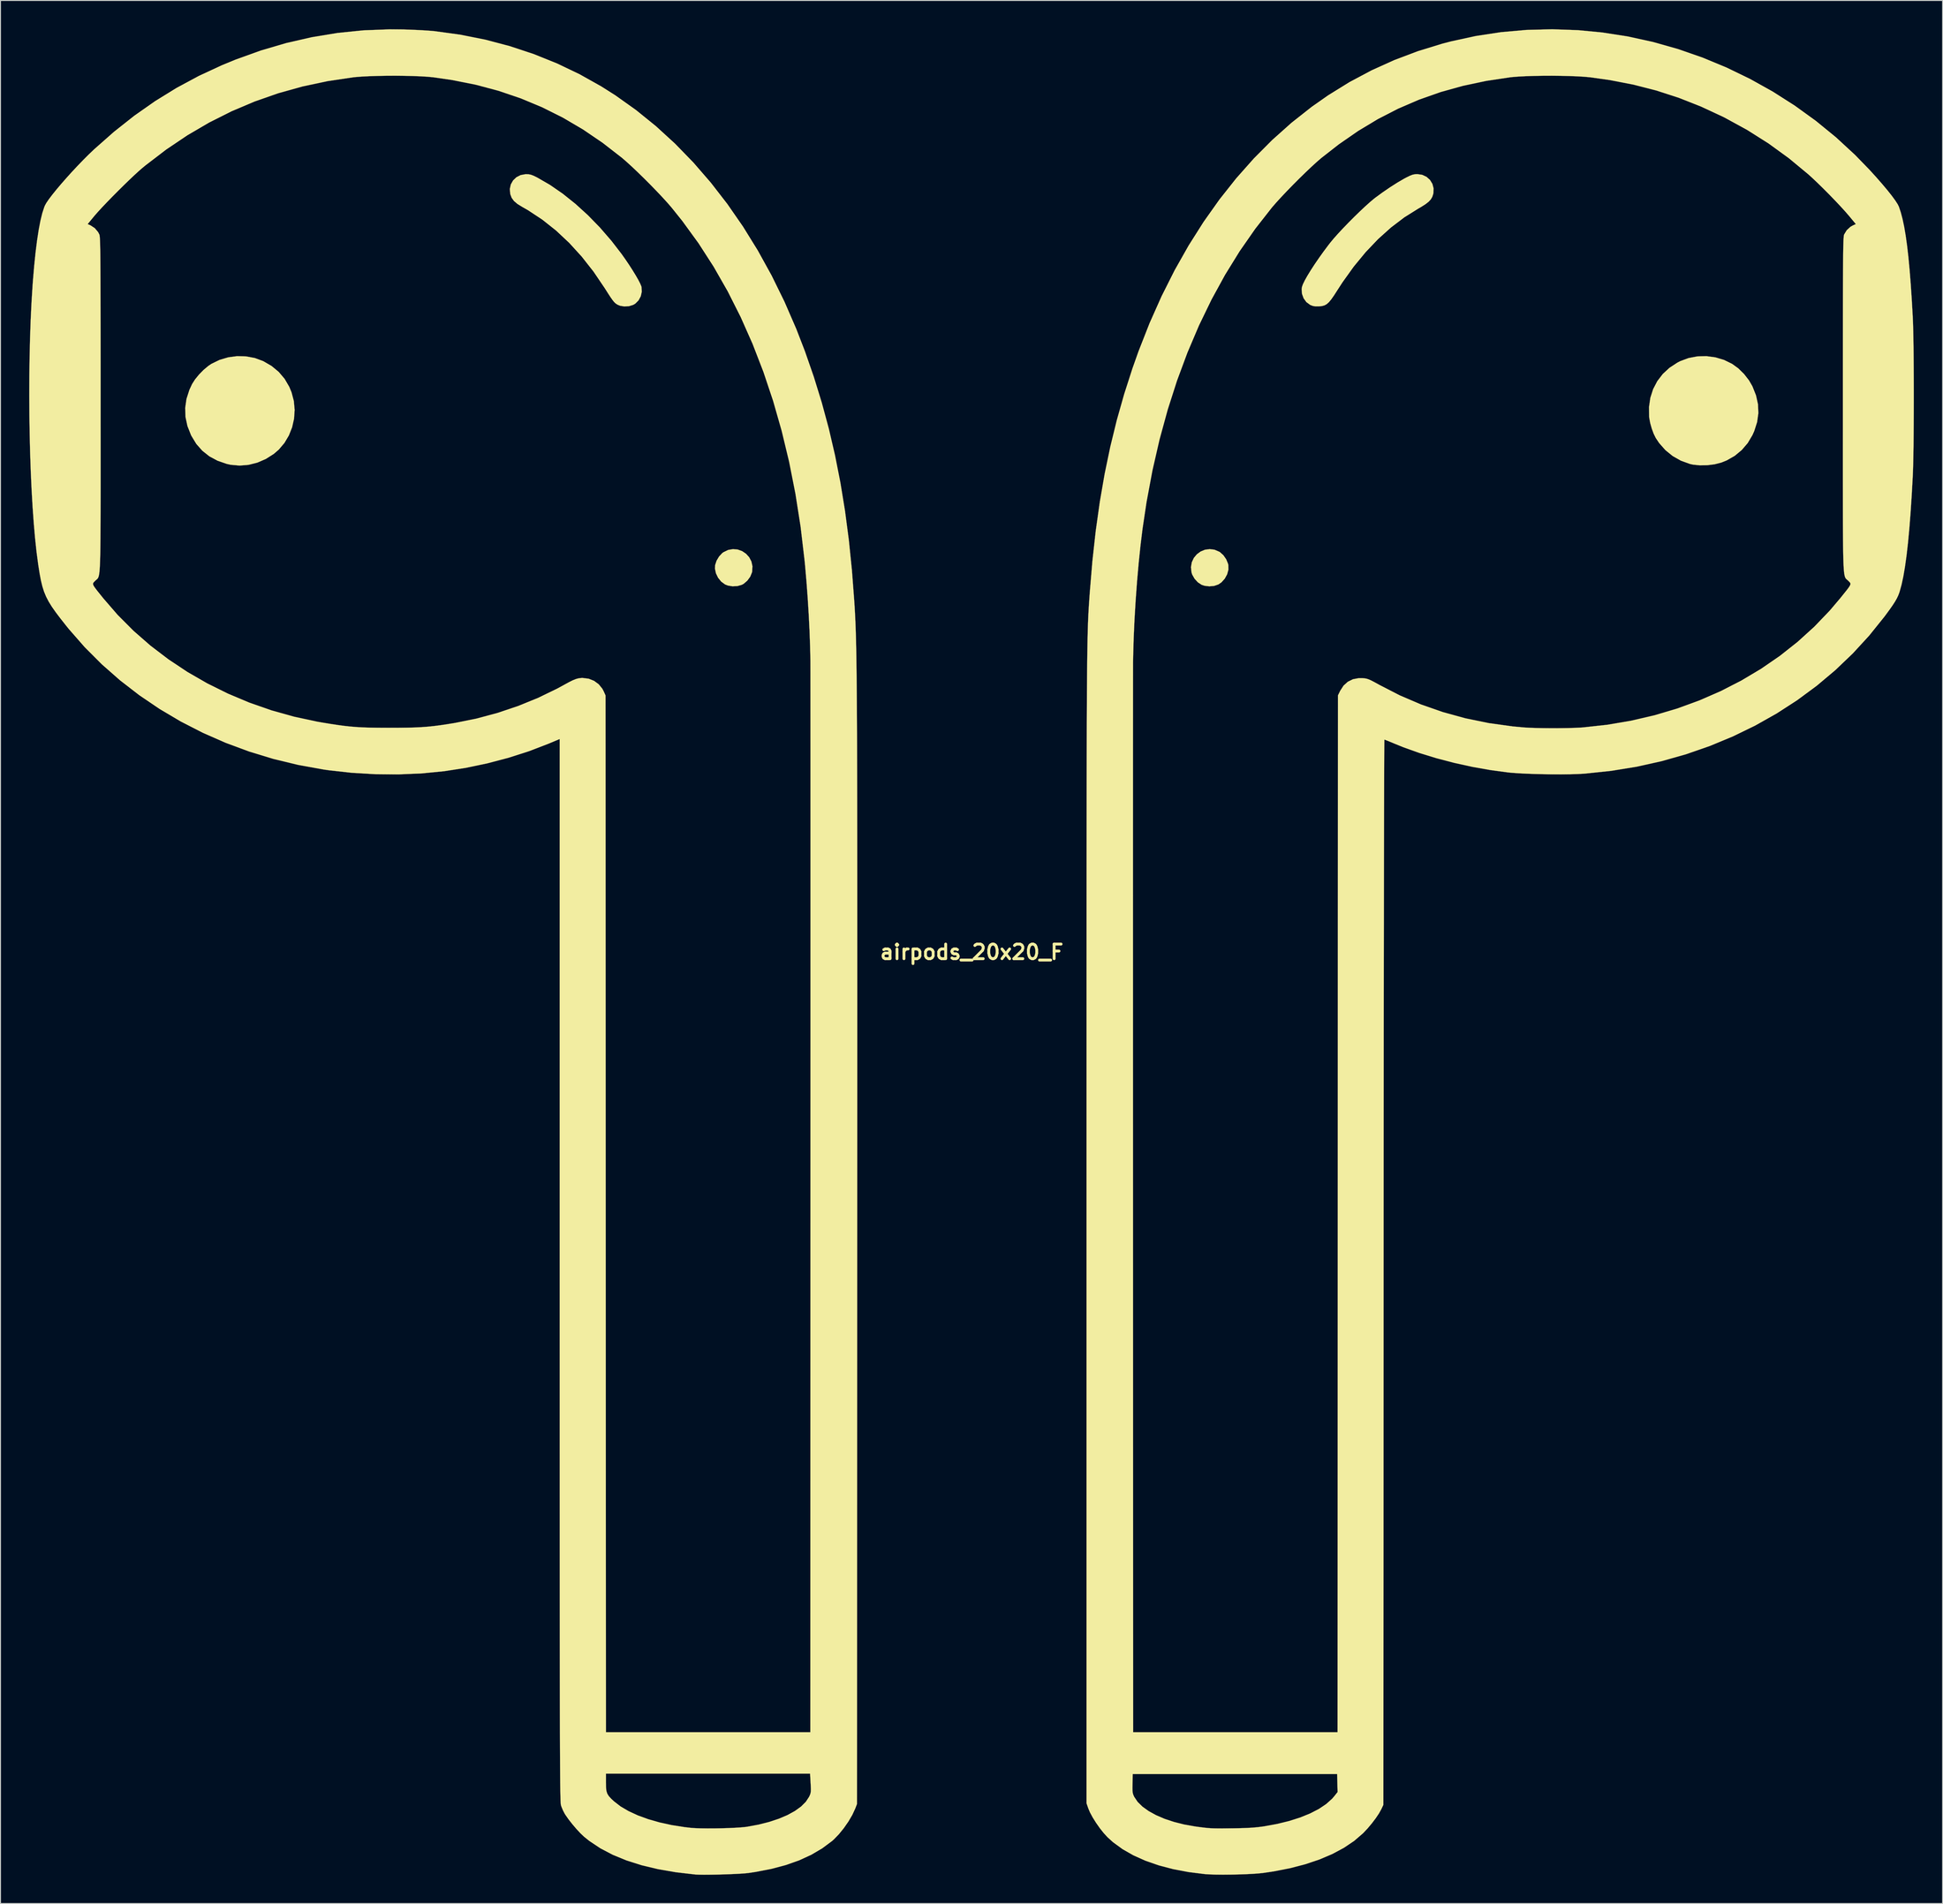
<source format=kicad_pcb>
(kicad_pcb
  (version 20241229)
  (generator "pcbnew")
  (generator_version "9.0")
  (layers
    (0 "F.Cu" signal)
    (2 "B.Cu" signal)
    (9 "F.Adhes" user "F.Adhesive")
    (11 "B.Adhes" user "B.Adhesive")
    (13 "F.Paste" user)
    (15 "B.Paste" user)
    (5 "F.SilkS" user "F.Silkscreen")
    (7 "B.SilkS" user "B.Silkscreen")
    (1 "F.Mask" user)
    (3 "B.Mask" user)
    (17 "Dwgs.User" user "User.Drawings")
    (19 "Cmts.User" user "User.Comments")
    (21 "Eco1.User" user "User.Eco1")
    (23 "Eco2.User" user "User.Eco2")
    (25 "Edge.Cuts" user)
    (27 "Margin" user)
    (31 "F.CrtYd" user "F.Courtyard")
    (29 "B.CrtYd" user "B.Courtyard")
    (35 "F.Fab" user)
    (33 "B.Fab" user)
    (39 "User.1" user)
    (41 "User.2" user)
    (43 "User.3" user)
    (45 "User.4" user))
  (footprint "airpods_20x20_F"
    (layer "F.Cu")
    (at 98.384 96.347)
    (property "Reference" "airpods_20x20_F" (at 0 0 0) (layer "F.SilkS") (effects (font (size 1.524 1.524) (thickness 0.3))))
    (attr through_hole)
    (fp_poly (pts (xy -24.427 -42.024) (xy -23.966 -41.857) (xy -23.56 -41.583) (xy -23.232 -41.219) (xy -23.001 -40.779) (xy -22.891 -40.278) (xy -22.921 -39.731) (xy -22.942 -39.634) (xy -23.122 -39.192) (xy -23.422 -38.781) (xy -23.796 -38.457) (xy -23.998 -38.344) (xy -24.457 -38.212) (xy -24.967 -38.187) (xy -25.459 -38.268) (xy -25.747 -38.382) (xy -26.152 -38.679) (xy -26.478 -39.083) (xy -26.702 -39.549) (xy -26.804 -40.038) (xy -26.784 -40.404) (xy -26.633 -40.863) (xy -26.372 -41.3) (xy -26.043 -41.652) (xy -25.927 -41.738) (xy -25.429 -41.98) (xy -24.922 -42.07) (xy -24.427 -42.024)) (stroke (width 0.01) (type solid)) (fill yes) (layer "F.SilkS"))
    (fp_poly (pts (xy 25.342 -42.006) (xy 25.844 -41.791) (xy 25.927 -41.738) (xy 26.27 -41.428) (xy 26.558 -41.012) (xy 26.749 -40.553) (xy 26.784 -40.404) (xy 26.793 -39.928) (xy 26.661 -39.441) (xy 26.412 -38.985) (xy 26.067 -38.602) (xy 25.747 -38.382) (xy 25.306 -38.23) (xy 24.801 -38.184) (xy 24.3 -38.243) (xy 23.998 -38.344) (xy 23.604 -38.604) (xy 23.261 -38.978) (xy 23.015 -39.412) (xy 22.942 -39.634) (xy 22.885 -40.187) (xy 22.973 -40.697) (xy 23.185 -41.149) (xy 23.498 -41.527) (xy 23.892 -41.817) (xy 24.345 -42.004) (xy 24.836 -42.071) (xy 25.342 -42.006)) (stroke (width 0.01) (type solid)) (fill yes) (layer "F.SilkS"))
    (fp_poly (pts (xy -75.743 -62.189) (xy -74.827 -62.016) (xy -73.959 -61.693) (xy -73.089 -61.189) (xy -72.345 -60.573) (xy -71.727 -59.846) (xy -71.239 -59.009) (xy -71.002 -58.436) (xy -70.764 -57.531) (xy -70.679 -56.607) (xy -70.74 -55.686) (xy -70.942 -54.79) (xy -71.279 -53.94) (xy -71.743 -53.157) (xy -72.329 -52.465) (xy -72.851 -52.013) (xy -73.685 -51.483) (xy -74.572 -51.1) (xy -75.492 -50.868) (xy -76.425 -50.791) (xy -77.352 -50.874) (xy -77.766 -50.966) (xy -78.73 -51.3) (xy -79.581 -51.759) (xy -80.318 -52.344) (xy -80.942 -53.054) (xy -81.451 -53.89) (xy -81.494 -53.975) (xy -81.866 -54.917) (xy -82.069 -55.86) (xy -82.102 -56.805) (xy -81.966 -57.752) (xy -81.661 -58.701) (xy -81.382 -59.3) (xy -81.074 -59.784) (xy -80.659 -60.293) (xy -80.182 -60.779) (xy -79.687 -61.193) (xy -79.374 -61.405) (xy -78.524 -61.82) (xy -77.618 -62.09) (xy -76.683 -62.214) (xy -75.743 -62.189)) (stroke (width 0.01) (type solid)) (fill yes) (layer "F.SilkS"))
    (fp_poly (pts (xy 77.619 -62.09) (xy 78.525 -61.82) (xy 79.374 -61.405) (xy 80.016 -60.939) (xy 80.616 -60.35) (xy 81.134 -59.683) (xy 81.488 -59.07) (xy 81.864 -58.124) (xy 82.071 -57.19) (xy 82.11 -56.262) (xy 81.98 -55.333) (xy 81.682 -54.398) (xy 81.494 -53.975) (xy 81 -53.144) (xy 80.379 -52.418) (xy 79.645 -51.81) (xy 78.811 -51.333) (xy 78.23 -51.101) (xy 77.534 -50.924) (xy 76.772 -50.829) (xy 76.002 -50.817) (xy 75.285 -50.891) (xy 74.962 -50.963) (xy 74.028 -51.301) (xy 73.172 -51.785) (xy 72.409 -52.404) (xy 71.754 -53.147) (xy 71.399 -53.679) (xy 71.185 -54.115) (xy 70.987 -54.652) (xy 70.826 -55.221) (xy 70.726 -55.755) (xy 70.712 -55.88) (xy 70.697 -56.899) (xy 70.838 -57.866) (xy 71.129 -58.772) (xy 71.563 -59.604) (xy 72.134 -60.35) (xy 72.835 -60.999) (xy 73.66 -61.539) (xy 73.959 -61.693) (xy 74.828 -62.016) (xy 75.744 -62.19) (xy 76.684 -62.214) (xy 77.619 -62.09)) (stroke (width 0.01) (type solid)) (fill yes) (layer "F.SilkS"))
    (fp_poly (pts (xy -46.249 -81.202) (xy -46.005 -81.151) (xy -45.729 -81.045) (xy -45.365 -80.866) (xy -45.352 -80.859) (xy -44.025 -80.092) (xy -42.692 -79.172) (xy -41.368 -78.113) (xy -40.069 -76.931) (xy -38.811 -75.64) (xy -37.611 -74.254) (xy -36.555 -72.885) (xy -36.154 -72.319) (xy -35.765 -71.743) (xy -35.402 -71.179) (xy -35.079 -70.651) (xy -34.81 -70.182) (xy -34.61 -69.795) (xy -34.492 -69.513) (xy -34.473 -69.448) (xy -34.44 -68.953) (xy -34.547 -68.471) (xy -34.778 -68.041) (xy -35.114 -67.703) (xy -35.327 -67.574) (xy -35.772 -67.433) (xy -36.256 -67.401) (xy -36.714 -67.478) (xy -36.928 -67.566) (xy -37.075 -67.65) (xy -37.208 -67.75) (xy -37.344 -67.886) (xy -37.498 -68.079) (xy -37.689 -68.35) (xy -37.931 -68.719) (xy -38.241 -69.207) (xy -38.316 -69.325) (xy -39.471 -71.031) (xy -40.705 -72.603) (xy -42.011 -74.036) (xy -43.385 -75.325) (xy -44.821 -76.465) (xy -46.314 -77.45) (xy -46.92 -77.796) (xy -47.423 -78.106) (xy -47.784 -78.415) (xy -48.024 -78.747) (xy -48.167 -79.129) (xy -48.171 -79.144) (xy -48.216 -79.661) (xy -48.112 -80.141) (xy -47.876 -80.559) (xy -47.528 -80.893) (xy -47.086 -81.118) (xy -46.569 -81.212) (xy -46.515 -81.214) (xy -46.249 -81.202)) (stroke (width 0.01) (type solid)) (fill yes) (layer "F.SilkS"))
    (fp_poly (pts (xy 47.025 -81.144) (xy 47.474 -80.933) (xy 47.834 -80.61) (xy 48.085 -80.2) (xy 48.209 -79.728) (xy 48.186 -79.216) (xy 48.171 -79.144) (xy 48.074 -78.847) (xy 47.922 -78.585) (xy 47.694 -78.337) (xy 47.368 -78.082) (xy 46.92 -77.797) (xy 46.586 -77.604) (xy 45.154 -76.706) (xy 43.761 -75.647) (xy 42.414 -74.435) (xy 41.119 -73.075) (xy 39.881 -71.573) (xy 38.707 -69.935) (xy 38.173 -69.111) (xy 37.824 -68.568) (xy 37.536 -68.155) (xy 37.287 -67.854) (xy 37.057 -67.648) (xy 36.826 -67.519) (xy 36.574 -67.447) (xy 36.279 -67.415) (xy 36.254 -67.414) (xy 35.887 -67.411) (xy 35.612 -67.454) (xy 35.353 -67.555) (xy 35.32 -67.572) (xy 34.933 -67.858) (xy 34.646 -68.253) (xy 34.475 -68.719) (xy 34.439 -69.214) (xy 34.473 -69.444) (xy 34.574 -69.73) (xy 34.769 -70.128) (xy 35.046 -70.62) (xy 35.393 -71.186) (xy 35.796 -71.806) (xy 36.245 -72.461) (xy 36.725 -73.133) (xy 37.226 -73.802) (xy 37.421 -74.054) (xy 37.777 -74.484) (xy 38.229 -74.993) (xy 38.753 -75.555) (xy 39.322 -76.145) (xy 39.913 -76.739) (xy 40.501 -77.311) (xy 41.062 -77.839) (xy 41.569 -78.295) (xy 41.999 -78.656) (xy 42.122 -78.752) (xy 42.889 -79.313) (xy 43.674 -79.85) (xy 44.434 -80.334) (xy 45.127 -80.738) (xy 45.353 -80.859) (xy 45.728 -81.044) (xy 46.015 -81.155) (xy 46.267 -81.207) (xy 46.507 -81.22) (xy 47.025 -81.144)) (stroke (width 0.01) (type solid)) (fill yes) (layer "F.SilkS"))
    (fp_poly (pts (xy 63.28 -96.247) (xy 65.799 -96.008) (xy 68.469 -95.593) (xy 71.112 -95.014) (xy 73.721 -94.276) (xy 76.285 -93.384) (xy 78.795 -92.343) (xy 81.241 -91.157) (xy 83.616 -89.832) (xy 85.908 -88.371) (xy 88.109 -86.78) (xy 90.21 -85.064) (xy 92.201 -83.226) (xy 93.714 -81.668) (xy 94.413 -80.898) (xy 95.039 -80.182) (xy 95.585 -79.532) (xy 96.042 -78.956) (xy 96.4 -78.467) (xy 96.653 -78.075) (xy 96.781 -77.815) (xy 96.979 -77.222) (xy 97.162 -76.527) (xy 97.332 -75.722) (xy 97.489 -74.8) (xy 97.635 -73.753) (xy 97.77 -72.575) (xy 97.895 -71.258) (xy 98.012 -69.794) (xy 98.121 -68.176) (xy 98.223 -66.396) (xy 98.23 -66.252) (xy 98.254 -65.688) (xy 98.275 -64.976) (xy 98.293 -64.133) (xy 98.307 -63.18) (xy 98.319 -62.137) (xy 98.328 -61.022) (xy 98.334 -59.857) (xy 98.337 -58.66) (xy 98.337 -57.452) (xy 98.334 -56.251) (xy 98.328 -55.079) (xy 98.319 -53.953) (xy 98.308 -52.895) (xy 98.293 -51.923) (xy 98.275 -51.058) (xy 98.254 -50.319) (xy 98.231 -49.726) (xy 98.229 -49.699) (xy 98.12 -47.713) (xy 98.001 -45.894) (xy 97.872 -44.24) (xy 97.732 -42.747) (xy 97.581 -41.416) (xy 97.418 -40.242) (xy 97.245 -39.223) (xy 97.059 -38.359) (xy 96.862 -37.646) (xy 96.818 -37.511) (xy 96.706 -37.218) (xy 96.562 -36.917) (xy 96.374 -36.587) (xy 96.124 -36.202) (xy 95.8 -35.739) (xy 95.386 -35.176) (xy 95.262 -35.01) (xy 93.679 -33.04) (xy 91.971 -31.181) (xy 90.144 -29.434) (xy 88.205 -27.804) (xy 86.159 -26.294) (xy 84.013 -24.906) (xy 81.774 -23.645) (xy 79.447 -22.514) (xy 77.04 -21.515) (xy 74.558 -20.653) (xy 72.007 -19.93) (xy 69.395 -19.35) (xy 66.727 -18.917) (xy 64.01 -18.632) (xy 63.855 -18.621) (xy 63.223 -18.587) (xy 62.46 -18.565) (xy 61.603 -18.556) (xy 60.684 -18.557) (xy 59.739 -18.57) (xy 58.803 -18.593) (xy 57.909 -18.625) (xy 57.093 -18.666) (xy 56.389 -18.716) (xy 56.007 -18.752) (xy 54.15 -19.001) (xy 52.258 -19.337) (xy 50.367 -19.753) (xy 48.513 -20.239) (xy 46.732 -20.785) (xy 45.059 -21.384) (xy 44.154 -21.751) (xy 43.77 -21.912) (xy 43.442 -22.046) (xy 43.202 -22.14) (xy 43.081 -22.182) (xy 43.075 -22.183) (xy 43.071 -22.099) (xy 43.068 -21.85) (xy 43.064 -21.441) (xy 43.06 -20.875) (xy 43.057 -20.158) (xy 43.053 -19.294) (xy 43.05 -18.287) (xy 43.046 -17.141) (xy 43.043 -15.862) (xy 43.039 -14.453) (xy 43.036 -12.919) (xy 43.033 -11.265) (xy 43.029 -9.494) (xy 43.026 -7.611) (xy 43.023 -5.621) (xy 43.02 -3.528) (xy 43.017 -1.336) (xy 43.014 0.95) (xy 43.012 3.326) (xy 43.009 5.786) (xy 43.006 8.328) (xy 43.004 10.946) (xy 43.002 13.637) (xy 42.999 16.394) (xy 42.997 19.215) (xy 42.995 22.095) (xy 42.994 25.029) (xy 42.992 28.013) (xy 42.991 31.043) (xy 42.99 33.422) (xy 42.968 89.027) (xy 42.748 89.493) (xy 42.508 89.925) (xy 42.17 90.428) (xy 41.765 90.962) (xy 41.325 91.486) (xy 40.878 91.961) (xy 40.827 92.011) (xy 39.914 92.796) (xy 38.85 93.512) (xy 37.645 94.158) (xy 36.303 94.729) (xy 34.832 95.224) (xy 33.238 95.64) (xy 31.529 95.975) (xy 30.388 96.143) (xy 29.898 96.193) (xy 29.279 96.236) (xy 28.566 96.27) (xy 27.796 96.296) (xy 27.006 96.311) (xy 26.234 96.317) (xy 25.516 96.311) (xy 24.889 96.293) (xy 24.389 96.263) (xy 24.342 96.259) (xy 22.634 96.047) (xy 21.026 95.741) (xy 19.524 95.346) (xy 18.138 94.864) (xy 16.874 94.299) (xy 15.743 93.653) (xy 14.75 92.929) (xy 14.175 92.409) (xy 13.78 91.979) (xy 13.372 91.464) (xy 12.979 90.906) (xy 12.628 90.345) (xy 12.346 89.823) (xy 12.174 89.417) (xy 11.98 88.858) (xy 11.98 87.239) (xy 16.775 87.239) (xy 16.781 87.549) (xy 16.806 87.775) (xy 16.855 87.957) (xy 16.934 88.139) (xy 16.964 88.199) (xy 17.315 88.721) (xy 17.821 89.218) (xy 18.467 89.682) (xy 19.24 90.107) (xy 20.124 90.487) (xy 21.107 90.814) (xy 22.173 91.083) (xy 23.31 91.285) (xy 23.468 91.307) (xy 23.926 91.368) (xy 24.307 91.414) (xy 24.645 91.449) (xy 24.971 91.472) (xy 25.317 91.486) (xy 25.715 91.492) (xy 26.198 91.491) (xy 26.797 91.485) (xy 27.263 91.48) (xy 28.073 91.465) (xy 28.75 91.441) (xy 29.33 91.407) (xy 29.851 91.36) (xy 30.348 91.298) (xy 30.511 91.274) (xy 31.871 91.026) (xy 33.133 90.717) (xy 34.288 90.35) (xy 35.324 89.929) (xy 36.231 89.461) (xy 36.998 88.948) (xy 37.615 88.395) (xy 37.843 88.131) (xy 38.19 87.693) (xy 38.142 85.81) (xy 16.806 85.81) (xy 16.783 86.802) (xy 16.775 87.239) (xy 11.98 87.239) (xy 11.98 28.744) (xy 11.98 24.88) (xy 11.98 21.181) (xy 11.98 17.644) (xy 11.98 14.264) (xy 11.981 11.039) (xy 11.981 7.962) (xy 11.981 5.032) (xy 11.981 2.244) (xy 11.982 -0.406) (xy 11.983 -2.922) (xy 11.984 -5.308) (xy 11.985 -7.567) (xy 11.985 -8.271) (xy 16.832 -8.271) (xy 16.832 -5.934) (xy 16.832 -3.511) (xy 16.832 -1.006) (xy 16.833 1.577) (xy 16.833 4.233) (xy 16.833 6.957) (xy 16.833 9.746) (xy 16.834 12.593) (xy 16.834 15.495) (xy 16.835 18.448) (xy 16.835 21.445) (xy 16.836 24.484) (xy 16.836 26.268) (xy 16.849 81.449) (xy 38.184 81.449) (xy 38.206 27.326) (xy 38.227 -26.797) (xy 38.465 -27.282) (xy 38.815 -27.821) (xy 39.262 -28.224) (xy 39.798 -28.486) (xy 40.413 -28.601) (xy 40.803 -28.598) (xy 41.032 -28.576) (xy 41.236 -28.536) (xy 41.451 -28.465) (xy 41.707 -28.35) (xy 42.04 -28.177) (xy 42.481 -27.934) (xy 42.549 -27.896) (xy 44.676 -26.802) (xy 46.886 -25.854) (xy 49.172 -25.055) (xy 51.532 -24.405) (xy 53.959 -23.907) (xy 56.45 -23.561) (xy 57.607 -23.453) (xy 58.187 -23.419) (xy 58.896 -23.394) (xy 59.692 -23.378) (xy 60.537 -23.371) (xy 61.39 -23.374) (xy 62.21 -23.386) (xy 62.957 -23.408) (xy 63.591 -23.439) (xy 63.805 -23.454) (xy 66.343 -23.731) (xy 68.835 -24.155) (xy 71.274 -24.722) (xy 73.651 -25.429) (xy 75.96 -26.272) (xy 78.193 -27.246) (xy 80.342 -28.349) (xy 82.4 -29.576) (xy 84.359 -30.923) (xy 86.211 -32.388) (xy 87.949 -33.965) (xy 89.566 -35.651) (xy 90.653 -36.934) (xy 91.037 -37.412) (xy 91.327 -37.776) (xy 91.531 -38.045) (xy 91.659 -38.241) (xy 91.72 -38.381) (xy 91.722 -38.487) (xy 91.675 -38.577) (xy 91.588 -38.672) (xy 91.499 -38.761) (xy 91.434 -38.822) (xy 91.374 -38.873) (xy 91.319 -38.919) (xy 91.268 -38.968) (xy 91.223 -39.026) (xy 91.181 -39.101) (xy 91.144 -39.198) (xy 91.11 -39.326) (xy 91.08 -39.49) (xy 91.054 -39.699) (xy 91.031 -39.958) (xy 91.011 -40.274) (xy 90.994 -40.655) (xy 90.979 -41.107) (xy 90.967 -41.638) (xy 90.957 -42.253) (xy 90.949 -42.961) (xy 90.943 -43.767) (xy 90.938 -44.679) (xy 90.935 -45.703) (xy 90.933 -46.847) (xy 90.932 -48.117) (xy 90.931 -49.52) (xy 90.931 -51.063) (xy 90.931 -52.754) (xy 90.932 -54.598) (xy 90.932 -56.602) (xy 90.932 -57.15) (xy 90.932 -59.189) (xy 90.932 -61.066) (xy 90.933 -62.787) (xy 90.934 -64.36) (xy 90.935 -65.789) (xy 90.937 -67.084) (xy 90.939 -68.25) (xy 90.942 -69.294) (xy 90.945 -70.223) (xy 90.949 -71.043) (xy 90.954 -71.762) (xy 90.959 -72.387) (xy 90.965 -72.923) (xy 90.972 -73.378) (xy 90.98 -73.759) (xy 90.989 -74.072) (xy 90.998 -74.324) (xy 91.009 -74.523) (xy 91.021 -74.674) (xy 91.034 -74.784) (xy 91.048 -74.861) (xy 91.063 -74.911) (xy 91.063 -74.912) (xy 91.337 -75.363) (xy 91.724 -75.719) (xy 91.969 -75.858) (xy 92.286 -76.003) (xy 91.59 -76.843) (xy 91.186 -77.31) (xy 90.685 -77.861) (xy 90.114 -78.466) (xy 89.504 -79.096) (xy 88.881 -79.722) (xy 88.276 -80.314) (xy 87.716 -80.844) (xy 87.334 -81.191) (xy 85.305 -82.873) (xy 83.173 -84.421) (xy 80.939 -85.834) (xy 78.603 -87.112) (xy 78.401 -87.214) (xy 76.112 -88.278) (xy 73.804 -89.188) (xy 71.457 -89.949) (xy 69.052 -90.565) (xy 66.571 -91.044) (xy 64.558 -91.327) (xy 63.959 -91.383) (xy 63.226 -91.427) (xy 62.391 -91.459) (xy 61.488 -91.48) (xy 60.548 -91.488) (xy 59.603 -91.485) (xy 58.685 -91.47) (xy 57.828 -91.443) (xy 57.063 -91.403) (xy 56.422 -91.352) (xy 56.219 -91.33) (xy 53.698 -90.951) (xy 51.278 -90.438) (xy 48.947 -89.788) (xy 46.697 -88.996) (xy 44.518 -88.058) (xy 42.401 -86.97) (xy 40.337 -85.728) (xy 38.316 -84.329) (xy 36.491 -82.903) (xy 36.024 -82.5) (xy 35.471 -81.995) (xy 34.858 -81.413) (xy 34.211 -80.781) (xy 33.555 -80.124) (xy 32.916 -79.468) (xy 32.32 -78.838) (xy 31.791 -78.259) (xy 31.356 -77.759) (xy 31.331 -77.729) (xy 29.599 -75.518) (xy 27.969 -73.176) (xy 26.444 -70.708) (xy 25.026 -68.118) (xy 23.716 -65.412) (xy 22.517 -62.593) (xy 21.43 -59.667) (xy 20.458 -56.638) (xy 19.602 -53.511) (xy 18.864 -50.292) (xy 18.246 -46.984) (xy 17.829 -44.196) (xy 17.617 -42.466) (xy 17.424 -40.61) (xy 17.253 -38.67) (xy 17.108 -36.688) (xy 16.99 -34.707) (xy 16.903 -32.768) (xy 16.851 -30.915) (xy 16.84 -30.268) (xy 16.839 -30.109) (xy 16.839 -29.785) (xy 16.838 -29.3) (xy 16.837 -28.66) (xy 16.836 -27.869) (xy 16.836 -26.932) (xy 16.835 -25.853) (xy 16.835 -24.637) (xy 16.834 -23.288) (xy 16.834 -21.81) (xy 16.833 -20.21) (xy 16.833 -18.491) (xy 16.833 -16.657) (xy 16.833 -14.713) (xy 16.832 -12.665) (xy 16.832 -10.516) (xy 16.832 -8.271) (xy 11.985 -8.271) (xy 11.986 -9.704) (xy 11.988 -11.722) (xy 11.99 -13.626) (xy 11.992 -15.418) (xy 11.994 -17.104) (xy 11.997 -18.687) (xy 12 -20.171) (xy 12.004 -21.56) (xy 12.008 -22.858) (xy 12.012 -24.068) (xy 12.017 -25.195) (xy 12.022 -26.242) (xy 12.027 -27.214) (xy 12.034 -28.114) (xy 12.04 -28.946) (xy 12.047 -29.714) (xy 12.055 -30.422) (xy 12.063 -31.075) (xy 12.072 -31.675) (xy 12.082 -32.226) (xy 12.092 -32.734) (xy 12.103 -33.201) (xy 12.114 -33.631) (xy 12.126 -34.029) (xy 12.139 -34.398) (xy 12.153 -34.742) (xy 12.167 -35.065) (xy 12.182 -35.371) (xy 12.198 -35.664) (xy 12.215 -35.947) (xy 12.232 -36.226) (xy 12.251 -36.503) (xy 12.27 -36.782) (xy 12.29 -37.068) (xy 12.311 -37.364) (xy 12.324 -37.55) (xy 12.598 -40.833) (xy 12.946 -43.979) (xy 13.371 -47.006) (xy 13.877 -49.93) (xy 14.468 -52.769) (xy 15.146 -55.539) (xy 15.916 -58.257) (xy 16.78 -60.941) (xy 17.411 -62.721) (xy 18.563 -65.655) (xy 19.821 -68.477) (xy 21.182 -71.183) (xy 22.645 -73.77) (xy 24.205 -76.234) (xy 25.861 -78.571) (xy 27.61 -80.779) (xy 29.449 -82.853) (xy 31.376 -84.789) (xy 33.389 -86.586) (xy 35.483 -88.238) (xy 37.205 -89.446) (xy 39.425 -90.82) (xy 41.728 -92.047) (xy 44.114 -93.125) (xy 46.581 -94.056) (xy 49.131 -94.839) (xy 50.038 -95.076) (xy 52.629 -95.639) (xy 55.256 -96.038) (xy 57.913 -96.273) (xy 60.59 -96.342) (xy 63.28 -96.247)) (stroke (width 0.01) (type solid)) (fill yes) (layer "F.SilkS"))
    (fp_poly (pts (xy -59.394 -96.323) (xy -58.722 -96.302) (xy -58.025 -96.273) (xy -57.347 -96.238) (xy -56.731 -96.199) (xy -56.222 -96.158) (xy -56.049 -96.141) (xy -53.384 -95.775) (xy -50.77 -95.253) (xy -48.212 -94.577) (xy -45.718 -93.75) (xy -43.294 -92.774) (xy -40.947 -91.651) (xy -38.684 -90.383) (xy -37.211 -89.45) (xy -35.05 -87.912) (xy -32.969 -86.228) (xy -30.972 -84.401) (xy -29.061 -82.434) (xy -27.239 -80.331) (xy -25.508 -78.096) (xy -23.871 -75.732) (xy -22.331 -73.243) (xy -20.89 -70.632) (xy -19.551 -67.903) (xy -18.316 -65.059) (xy -17.412 -62.721) (xy -16.487 -60.059) (xy -15.658 -57.373) (xy -14.92 -54.646) (xy -14.272 -51.862) (xy -13.709 -49.006) (xy -13.229 -46.062) (xy -12.829 -43.012) (xy -12.505 -39.842) (xy -12.255 -36.535) (xy -12.236 -36.237) (xy -12.217 -35.916) (xy -12.198 -35.593) (xy -12.181 -35.264) (xy -12.164 -34.926) (xy -12.147 -34.575) (xy -12.132 -34.207) (xy -12.117 -33.818) (xy -12.104 -33.404) (xy -12.09 -32.961) (xy -12.078 -32.485) (xy -12.066 -31.973) (xy -12.055 -31.42) (xy -12.044 -30.823) (xy -12.035 -30.177) (xy -12.025 -29.479) (xy -12.017 -28.725) (xy -12.009 -27.911) (xy -12.001 -27.033) (xy -11.994 -26.088) (xy -11.988 -25.07) (xy -11.982 -23.977) (xy -11.977 -22.804) (xy -11.972 -21.547) (xy -11.968 -20.204) (xy -11.964 -18.769) (xy -11.96 -17.239) (xy -11.957 -15.609) (xy -11.955 -13.877) (xy -11.952 -12.038) (xy -11.951 -10.088) (xy -11.949 -8.024) (xy -11.948 -5.841) (xy -11.947 -3.535) (xy -11.947 -1.103) (xy -11.946 1.46) (xy -11.946 4.156) (xy -11.947 6.991) (xy -11.947 9.968) (xy -11.948 13.09) (xy -11.949 16.363) (xy -11.95 19.789) (xy -11.952 23.372) (xy -11.953 27.118) (xy -11.955 31.028) (xy -11.955 31.03) (xy -11.98 88.942) (xy -12.161 89.415) (xy -12.462 90.067) (xy -12.869 90.763) (xy -13.35 91.456) (xy -13.871 92.098) (xy -14.396 92.641) (xy -14.587 92.809) (xy -15.613 93.572) (xy -16.751 94.241) (xy -18.007 94.819) (xy -19.39 95.308) (xy -20.905 95.712) (xy -22.56 96.032) (xy -23.283 96.14) (xy -23.636 96.178) (xy -24.12 96.213) (xy -24.705 96.244) (xy -25.355 96.272) (xy -26.04 96.295) (xy -26.726 96.312) (xy -27.379 96.322) (xy -27.969 96.325) (xy -28.46 96.318) (xy -28.822 96.302) (xy -28.871 96.298) (xy -30.871 96.067) (xy -32.731 95.746) (xy -34.452 95.335) (xy -36.031 94.834) (xy -37.469 94.244) (xy -38.764 93.565) (xy -39.916 92.797) (xy -40.473 92.35) (xy -40.842 92) (xy -41.259 91.552) (xy -41.684 91.053) (xy -42.079 90.55) (xy -42.402 90.089) (xy -42.485 89.958) (xy -42.662 89.62) (xy -42.82 89.243) (xy -42.876 89.075) (xy -42.885 89.035) (xy -42.893 88.973) (xy -42.902 88.887) (xy -42.909 88.773) (xy -42.917 88.626) (xy -42.924 88.443) (xy -42.93 88.22) (xy -42.937 87.954) (xy -42.943 87.64) (xy -42.948 87.275) (xy -42.954 86.855) (xy -42.959 86.376) (xy -42.964 85.834) (xy -42.964 85.767) (xy -38.185 85.767) (xy -38.185 86.71) (xy -38.176 87.2) (xy -38.137 87.567) (xy -38.047 87.857) (xy -37.888 88.115) (xy -37.638 88.388) (xy -37.338 88.668) (xy -36.654 89.197) (xy -35.819 89.687) (xy -34.852 90.133) (xy -33.767 90.528) (xy -32.582 90.867) (xy -31.312 91.145) (xy -29.975 91.355) (xy -29.295 91.433) (xy -28.842 91.464) (xy -28.264 91.483) (xy -27.595 91.491) (xy -26.869 91.489) (xy -26.122 91.476) (xy -25.389 91.454) (xy -24.704 91.423) (xy -24.104 91.385) (xy -23.621 91.339) (xy -23.453 91.316) (xy -22.254 91.095) (xy -21.143 90.814) (xy -20.132 90.479) (xy -19.233 90.096) (xy -18.456 89.669) (xy -17.813 89.205) (xy -17.316 88.709) (xy -16.979 88.195) (xy -16.886 87.995) (xy -16.827 87.823) (xy -16.796 87.636) (xy -16.789 87.391) (xy -16.802 87.046) (xy -16.818 86.759) (xy -16.874 85.767) (xy -38.185 85.767) (xy -42.964 85.767) (xy -42.968 85.227) (xy -42.972 84.548) (xy -42.976 83.796) (xy -42.98 82.966) (xy -42.983 82.055) (xy -42.986 81.058) (xy -42.989 79.972) (xy -42.992 78.793) (xy -42.994 77.517) (xy -42.996 76.141) (xy -42.998 74.66) (xy -43 73.071) (xy -43.002 71.37) (xy -43.003 69.554) (xy -43.005 67.618) (xy -43.006 65.558) (xy -43.007 63.372) (xy -43.008 61.055) (xy -43.008 58.603) (xy -43.009 56.012) (xy -43.009 53.279) (xy -43.01 50.401) (xy -43.01 47.372) (xy -43.01 44.189) (xy -43.011 40.85) (xy -43.011 37.349) (xy -43.011 33.682) (xy -43.011 33.185) (xy -43.011 -22.245) (xy -44.217 -21.74) (xy -46.236 -20.965) (xy -48.367 -20.283) (xy -50.574 -19.702) (xy -52.819 -19.232) (xy -55.069 -18.883) (xy -55.076 -18.882) (xy -57.408 -18.654) (xy -59.817 -18.551) (xy -62.264 -18.571) (xy -64.712 -18.716) (xy -67.123 -18.983) (xy -67.649 -19.059) (xy -70.294 -19.537) (xy -72.886 -20.163) (xy -75.415 -20.934) (xy -77.876 -21.846) (xy -80.261 -22.894) (xy -82.564 -24.074) (xy -84.776 -25.384) (xy -86.892 -26.818) (xy -88.904 -28.373) (xy -90.805 -30.045) (xy -92.589 -31.831) (xy -94.247 -33.725) (xy -94.523 -34.067) (xy -95.118 -34.821) (xy -95.614 -35.475) (xy -96.021 -36.056) (xy -96.352 -36.59) (xy -96.619 -37.105) (xy -96.835 -37.625) (xy -97.01 -38.18) (xy -97.159 -38.794) (xy -97.292 -39.495) (xy -97.422 -40.309) (xy -97.452 -40.513) (xy -97.622 -41.802) (xy -97.775 -43.242) (xy -97.912 -44.816) (xy -98.032 -46.506) (xy -98.135 -48.296) (xy -98.22 -50.168) (xy -98.288 -52.104) (xy -98.337 -54.087) (xy -98.367 -56.1) (xy -98.379 -58.125) (xy -98.371 -60.145) (xy -98.344 -62.143) (xy -98.297 -64.102) (xy -98.23 -66.003) (xy -98.142 -67.83) (xy -98.034 -69.565) (xy -97.998 -70.062) (xy -97.867 -71.614) (xy -97.723 -73.022) (xy -97.565 -74.284) (xy -97.395 -75.393) (xy -97.278 -76.003) (xy -92.286 -76.003) (xy -91.969 -75.858) (xy -91.537 -75.573) (xy -91.196 -75.168) (xy -91.063 -74.912) (xy -91.048 -74.862) (xy -91.034 -74.786) (xy -91.021 -74.676) (xy -91.009 -74.526) (xy -90.998 -74.328) (xy -90.989 -74.077) (xy -90.98 -73.765) (xy -90.972 -73.386) (xy -90.965 -72.932) (xy -90.959 -72.397) (xy -90.954 -71.775) (xy -90.949 -71.057) (xy -90.945 -70.239) (xy -90.942 -69.312) (xy -90.939 -68.27) (xy -90.937 -67.107) (xy -90.935 -65.815) (xy -90.934 -64.387) (xy -90.933 -62.818) (xy -90.932 -61.1) (xy -90.932 -59.226) (xy -90.932 -57.189) (xy -90.932 -57.15) (xy -90.932 -55.102) (xy -90.931 -53.217) (xy -90.931 -51.488) (xy -90.931 -49.907) (xy -90.931 -48.468) (xy -90.932 -47.164) (xy -90.934 -45.988) (xy -90.937 -44.934) (xy -90.942 -43.993) (xy -90.947 -43.16) (xy -90.955 -42.428) (xy -90.964 -41.789) (xy -90.976 -41.237) (xy -90.99 -40.765) (xy -91.006 -40.367) (xy -91.026 -40.034) (xy -91.048 -39.761) (xy -91.073 -39.54) (xy -91.102 -39.365) (xy -91.135 -39.228) (xy -91.171 -39.123) (xy -91.211 -39.044) (xy -91.256 -38.982) (xy -91.305 -38.931) (xy -91.359 -38.885) (xy -91.418 -38.836) (xy -91.482 -38.778) (xy -91.499 -38.761) (xy -91.611 -38.649) (xy -91.689 -38.557) (xy -91.726 -38.465) (xy -91.711 -38.353) (xy -91.637 -38.202) (xy -91.492 -37.992) (xy -91.27 -37.702) (xy -90.959 -37.314) (xy -90.653 -36.934) (xy -89.142 -35.187) (xy -87.5 -33.54) (xy -85.736 -31.998) (xy -83.858 -30.566) (xy -81.877 -29.248) (xy -79.8 -28.051) (xy -77.638 -26.98) (xy -75.4 -26.039) (xy -73.094 -25.234) (xy -70.73 -24.571) (xy -68.317 -24.053) (xy -67.812 -23.965) (xy -66.95 -23.823) (xy -66.193 -23.708) (xy -65.506 -23.616) (xy -64.858 -23.545) (xy -64.215 -23.492) (xy -63.544 -23.455) (xy -62.812 -23.432) (xy -61.986 -23.419) (xy -61.032 -23.415) (xy -60.748 -23.415) (xy -59.744 -23.418) (xy -58.876 -23.428) (xy -58.113 -23.449) (xy -57.422 -23.483) (xy -56.772 -23.532) (xy -56.13 -23.598) (xy -55.463 -23.684) (xy -54.739 -23.792) (xy -53.927 -23.925) (xy -53.906 -23.929) (xy -51.698 -24.375) (xy -49.505 -24.965) (xy -47.354 -25.688) (xy -45.273 -26.535) (xy -43.289 -27.496) (xy -42.545 -27.901) (xy -42.038 -28.179) (xy -41.639 -28.377) (xy -41.315 -28.507) (xy -41.032 -28.582) (xy -40.756 -28.614) (xy -40.602 -28.617) (xy -39.985 -28.539) (xy -39.422 -28.314) (xy -38.938 -27.959) (xy -38.559 -27.491) (xy -38.429 -27.245) (xy -38.227 -26.797) (xy -38.206 27.326) (xy -38.184 81.449) (xy -16.849 81.449) (xy -16.836 26.268) (xy -16.835 23.207) (xy -16.834 20.183) (xy -16.834 17.202) (xy -16.833 14.268) (xy -16.833 11.386) (xy -16.832 8.56) (xy -16.832 5.795) (xy -16.832 3.096) (xy -16.832 0.466) (xy -16.831 -2.089) (xy -16.831 -4.564) (xy -16.831 -6.956) (xy -16.831 -9.259) (xy -16.831 -11.469) (xy -16.831 -13.581) (xy -16.832 -15.591) (xy -16.832 -17.494) (xy -16.832 -19.286) (xy -16.832 -20.961) (xy -16.833 -22.516) (xy -16.833 -23.946) (xy -16.834 -25.246) (xy -16.834 -26.411) (xy -16.835 -27.437) (xy -16.836 -28.319) (xy -16.836 -29.054) (xy -16.837 -29.635) (xy -16.838 -30.058) (xy -16.839 -30.32) (xy -16.839 -30.395) (xy -16.87 -31.882) (xy -16.928 -33.493) (xy -17.012 -35.183) (xy -17.119 -36.912) (xy -17.246 -38.634) (xy -17.391 -40.308) (xy -17.448 -40.894) (xy -17.863 -44.417) (xy -18.401 -47.847) (xy -19.059 -51.181) (xy -19.837 -54.415) (xy -20.732 -57.547) (xy -21.745 -60.574) (xy -22.873 -63.491) (xy -24.116 -66.295) (xy -25.472 -68.985) (xy -26.94 -71.555) (xy -28.518 -74.003) (xy -30.207 -76.325) (xy -31.331 -77.729) (xy -31.77 -78.236) (xy -32.305 -78.822) (xy -32.91 -79.462) (xy -33.559 -80.13) (xy -34.227 -80.798) (xy -34.886 -81.441) (xy -35.512 -82.033) (xy -36.078 -82.548) (xy -36.534 -82.94) (xy -38.532 -84.491) (xy -40.579 -85.883) (xy -42.683 -87.119) (xy -44.848 -88.201) (xy -47.081 -89.132) (xy -49.388 -89.915) (xy -51.776 -90.552) (xy -54.251 -91.045) (xy -56.219 -91.33) (xy -56.804 -91.386) (xy -57.526 -91.429) (xy -58.352 -91.461) (xy -59.25 -91.481) (xy -60.188 -91.489) (xy -61.134 -91.485) (xy -62.056 -91.469) (xy -62.92 -91.441) (xy -63.695 -91.401) (xy -64.349 -91.349) (xy -64.558 -91.327) (xy -67.235 -90.928) (xy -69.842 -90.374) (xy -72.381 -89.666) (xy -74.852 -88.802) (xy -77.257 -87.783) (xy -79.597 -86.608) (xy -81.873 -85.276) (xy -84.085 -83.787) (xy -86.236 -82.141) (xy -86.572 -81.865) (xy -86.948 -81.538) (xy -87.415 -81.11) (xy -87.948 -80.606) (xy -88.523 -80.047) (xy -89.117 -79.459) (xy -89.708 -78.864) (xy -90.27 -78.286) (xy -90.781 -77.748) (xy -91.217 -77.274) (xy -91.555 -76.888) (xy -91.593 -76.843) (xy -92.286 -76.003) (xy -97.278 -76.003) (xy -97.213 -76.347) (xy -97.019 -77.141) (xy -96.814 -77.772) (xy -96.749 -77.932) (xy -96.594 -78.214) (xy -96.332 -78.597) (xy -95.977 -79.065) (xy -95.546 -79.6) (xy -95.052 -80.185) (xy -94.511 -80.803) (xy -93.937 -81.439) (xy -93.344 -82.074) (xy -92.748 -82.692) (xy -92.164 -83.276) (xy -91.609 -83.806) (xy -89.531 -85.64) (xy -87.412 -87.316) (xy -85.238 -88.84) (xy -82.998 -90.222) (xy -80.68 -91.468) (xy -78.271 -92.586) (xy -76.835 -93.176) (xy -74.199 -94.124) (xy -71.547 -94.903) (xy -68.881 -95.513) (xy -66.2 -95.955) (xy -63.502 -96.229) (xy -60.789 -96.334) (xy -59.394 -96.323)) (stroke (width 0.01) (type solid)) (fill yes) (layer "F.SilkS")))
  (gr_rect
    (start -3 -3)
    (end 199.726 195.677)
    (stroke (width 0.1) (type default))
    (fill no)
    (layer "Edge.Cuts")))
</source>
